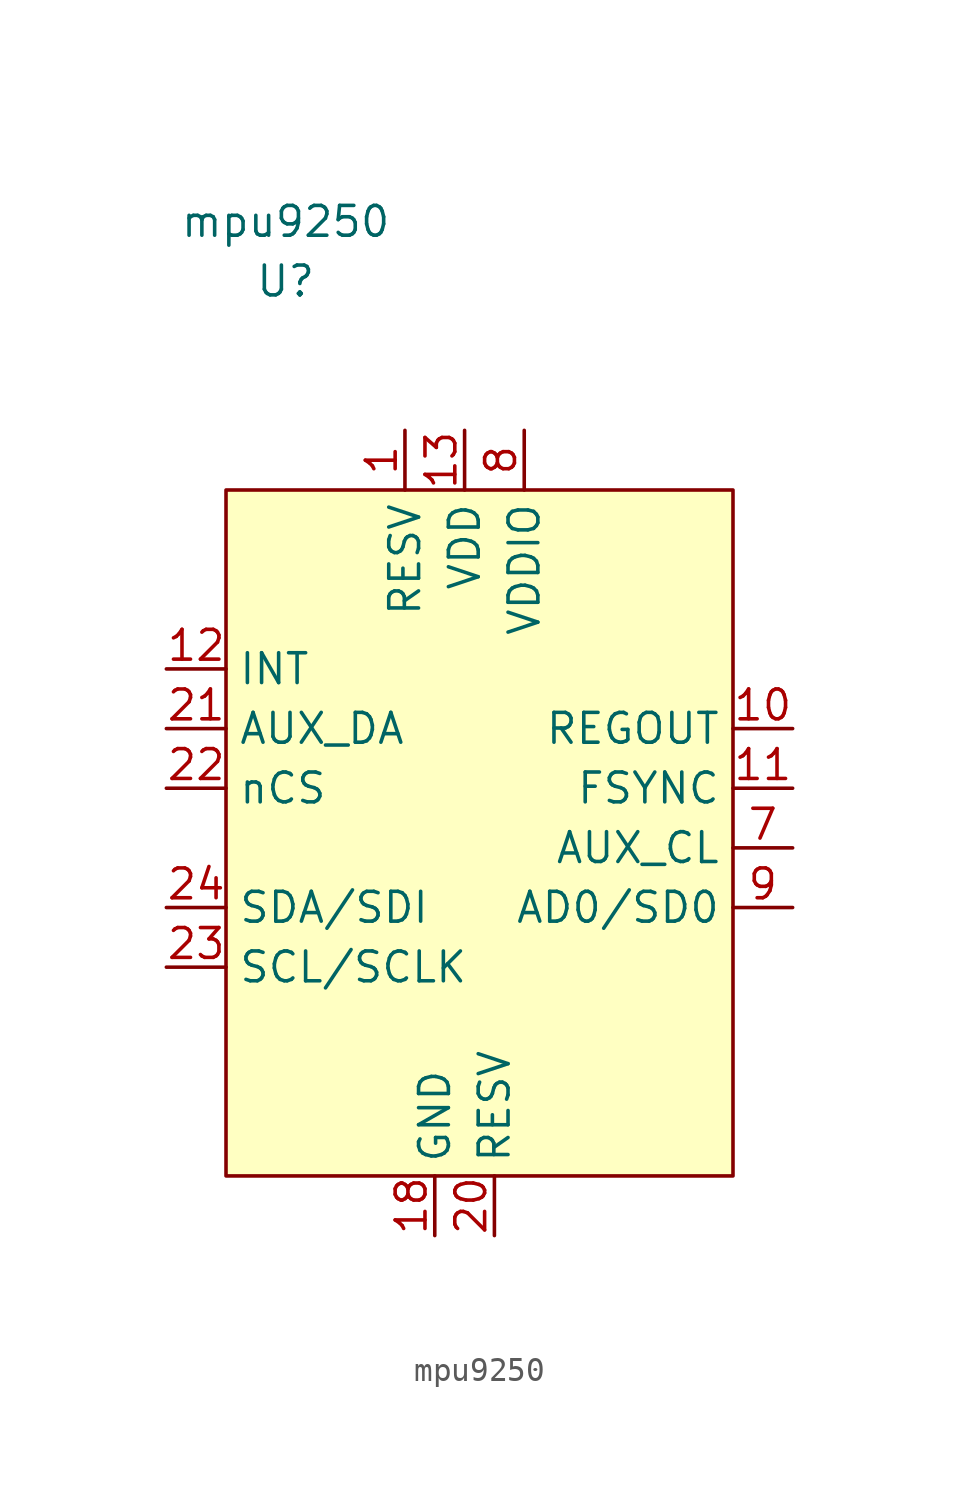
<source format=kicad_sym>
(kicad_symbol_lib
  (version 20211014)
  (generator kicad_symbol_editor)
  (symbol "mpu9250"
    (property "Reference" "U"
      (at 0 0 0)
      (effects (font (size 1.27 1.27))))
    (property "Value" "mpu9250"
      (at 0 2.54 0)
      (effects (font (size 1.27 1.27))))
    (symbol "mpu9250_0_1"
      (rectangle (start -2.54 -8.89) (end 19.05 -38.1) (stroke (width 0) (type default) (color 0 0 0 0)) (fill (type background))))
    (symbol "mpu9250_1_1"
      (pin free line (at 5.08 -6.35 270) (length 2.54) (name "RESV" (effects (font (size 1.27 1.27)))) (number "1" (effects (font (size 1.27 1.27)))))
      (pin output line (at 21.59 -19.05 180) (length 2.54) (name "REGOUT" (effects (font (size 1.27 1.27)))) (number "10" (effects (font (size 1.27 1.27)))))
      (pin output line (at 21.59 -21.59 180) (length 2.54) (name "FSYNC" (effects (font (size 1.27 1.27)))) (number "11" (effects (font (size 1.27 1.27)))))
      (pin input line (at -5.08 -16.51 0) (length 2.54) (name "INT" (effects (font (size 1.27 1.27)))) (number "12" (effects (font (size 1.27 1.27)))))
      (pin power_in line (at 7.62 -6.35 270) (length 2.54) (name "VDD" (effects (font (size 1.27 1.27)))) (number "13" (effects (font (size 1.27 1.27)))))
      (pin no_connect line (at -1.27 -6.35 270) (length 2.54) hide (name "NC" (effects (font (size 1.27 1.27)))) (number "14" (effects (font (size 1.27 1.27)))))
      (pin no_connect line (at -1.27 -6.35 270) (length 2.54) hide (name "NC" (effects (font (size 1.27 1.27)))) (number "15" (effects (font (size 1.27 1.27)))))
      (pin no_connect line (at -1.27 -6.35 270) (length 2.54) hide (name "NC" (effects (font (size 1.27 1.27)))) (number "16" (effects (font (size 1.27 1.27)))))
      (pin no_connect line (at -1.27 -6.35 270) (length 2.54) hide (name "NC" (effects (font (size 1.27 1.27)))) (number "17" (effects (font (size 1.27 1.27)))))
      (pin power_in line (at 6.35 -40.64 90) (length 2.54) (name "GND" (effects (font (size 1.27 1.27)))) (number "18" (effects (font (size 1.27 1.27)))))
      (pin free line (at -1.27 -6.35 270) (length 2.54) hide (name "RESV" (effects (font (size 1.27 1.27)))) (number "19" (effects (font (size 1.27 1.27)))))
      (pin no_connect line (at -1.27 -6.35 270) (length 2.54) hide (name "NC" (effects (font (size 1.27 1.27)))) (number "2" (effects (font (size 1.27 1.27)))))
      (pin free line (at 8.89 -40.64 90) (length 2.54) (name "RESV" (effects (font (size 1.27 1.27)))) (number "20" (effects (font (size 1.27 1.27)))))
      (pin input line (at -5.08 -19.05 0) (length 2.54) (name "AUX_DA" (effects (font (size 1.27 1.27)))) (number "21" (effects (font (size 1.27 1.27)))))
      (pin input line (at -5.08 -21.59 0) (length 2.54) (name "nCS" (effects (font (size 1.27 1.27)))) (number "22" (effects (font (size 1.27 1.27)))))
      (pin bidirectional line (at -5.08 -29.21 0) (length 2.54) (name "SCL/SCLK" (effects (font (size 1.27 1.27)))) (number "23" (effects (font (size 1.27 1.27)))))
      (pin bidirectional line (at -5.08 -26.67 0) (length 2.54) (name "SDA/SDI" (effects (font (size 1.27 1.27)))) (number "24" (effects (font (size 1.27 1.27)))))
      (pin no_connect line (at -1.27 -6.35 270) (length 2.54) hide (name "NC" (effects (font (size 1.27 1.27)))) (number "3" (effects (font (size 1.27 1.27)))))
      (pin no_connect line (at -1.27 -6.35 270) (length 2.54) hide (name "NC" (effects (font (size 1.27 1.27)))) (number "4" (effects (font (size 1.27 1.27)))))
      (pin no_connect line (at -1.27 -6.35 270) (length 2.54) hide (name "NC" (effects (font (size 1.27 1.27)))) (number "5" (effects (font (size 1.27 1.27)))))
      (pin no_connect line (at -1.27 -6.35 270) (length 2.54) hide (name "NC" (effects (font (size 1.27 1.27)))) (number "6" (effects (font (size 1.27 1.27)))))
      (pin output line (at 21.59 -24.13 180) (length 2.54) (name "AUX_CL" (effects (font (size 1.27 1.27)))) (number "7" (effects (font (size 1.27 1.27)))))
      (pin power_in line (at 10.16 -6.35 270) (length 2.54) (name "VDDIO" (effects (font (size 1.27 1.27)))) (number "8" (effects (font (size 1.27 1.27)))))
      (pin input line (at 21.59 -26.67 180) (length 2.54) (name "AD0/SD0" (effects (font (size 1.27 1.27)))) (number "9" (effects (font (size 1.27 1.27))))))))
</source>
